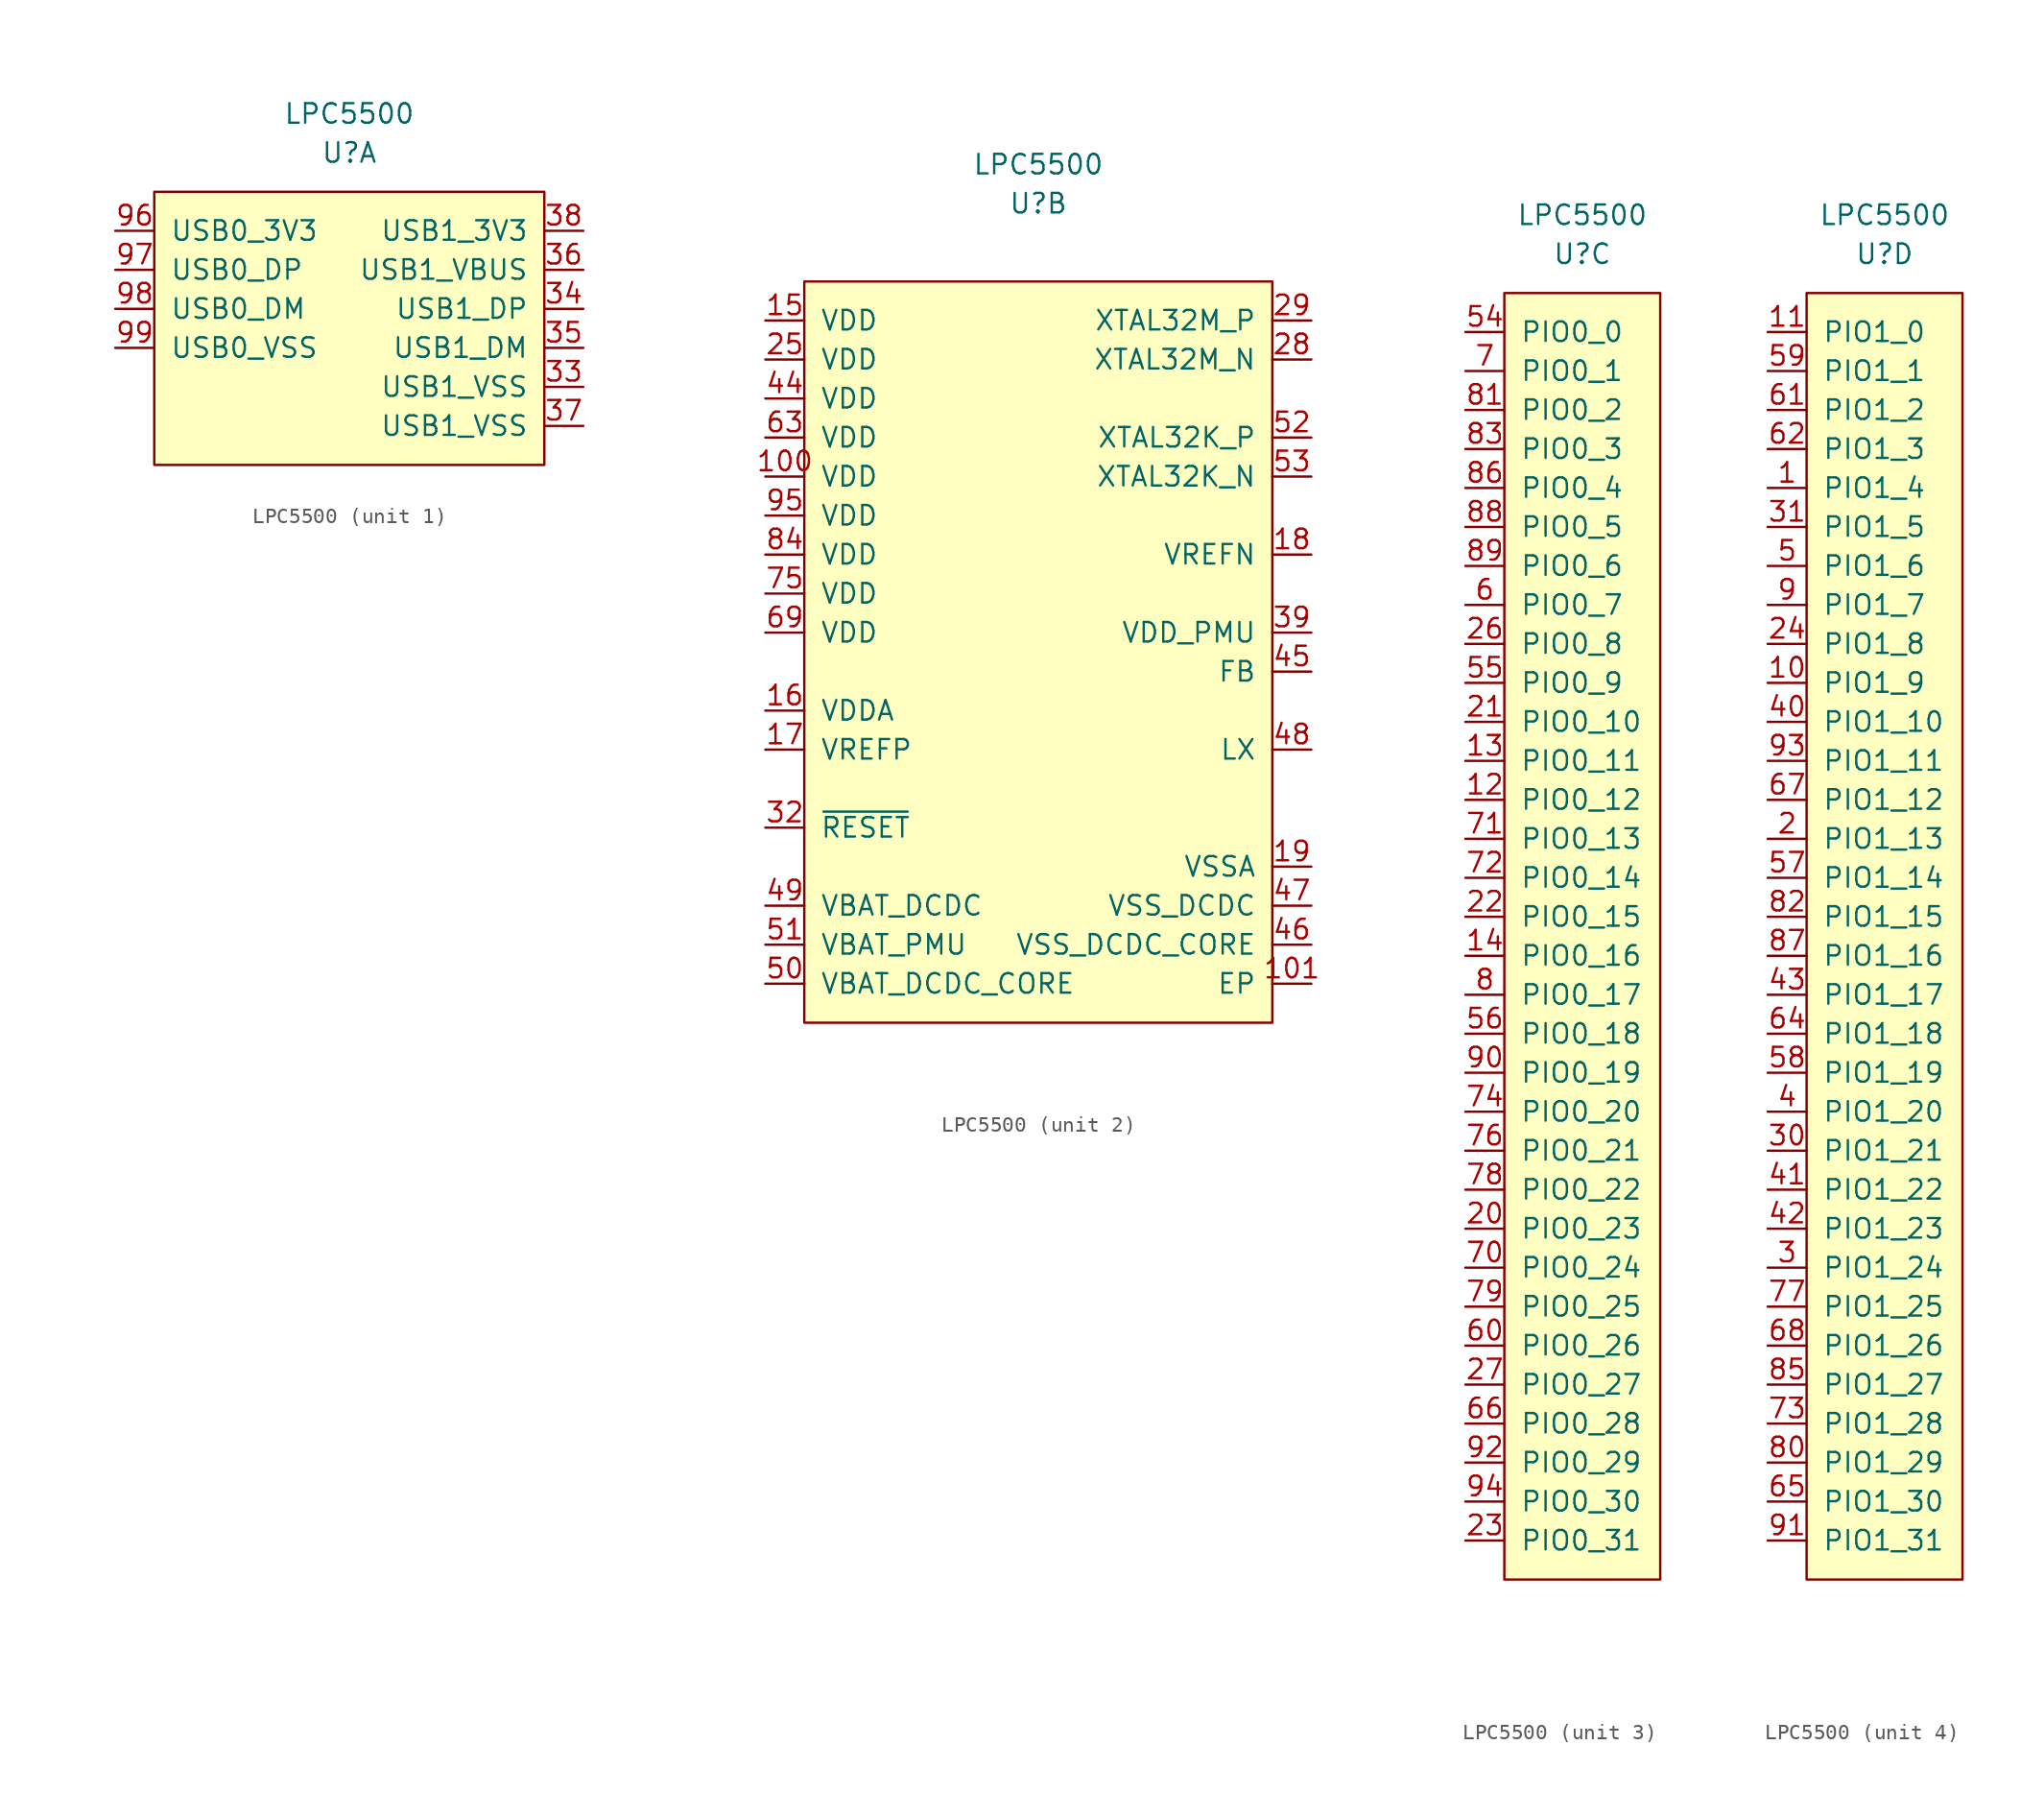
<source format=kicad_sym>
(kicad_symbol_lib
  (version 20211014)
  (generator kicad_symbol_editor)
  (symbol "LPC5500"
    (pin_names
      (offset 1.016))
    (property "Reference" "U"
      (at 0 10.16 0)
      (effects (font (size 1.27 1.27))))
    (property "Value" "LPC5500"
      (at 0 12.7 0)
      (effects (font (size 1.27 1.27))))
    (property "ki_locked" ""
      (at 0 0 0)
      (effects (font (size 1.27 1.27))))
    (symbol "LPC5500_1_1"
      (rectangle (start -12.7 7.62) (end 12.7 -10.16) (stroke (width 0) (type default) (color 0 0 0 0)) (fill (type background)))
      (pin power_in line (at 15.24 -5.08 180) (length 2.54) (name "USB1_VSS" (effects (font (size 1.27 1.27)))) (number "33" (effects (font (size 1.27 1.27)))))
      (pin bidirectional line (at 15.24 0 180) (length 2.54) (name "USB1_DP" (effects (font (size 1.27 1.27)))) (number "34" (effects (font (size 1.27 1.27)))))
      (pin bidirectional line (at 15.24 -2.54 180) (length 2.54) (name "USB1_DM" (effects (font (size 1.27 1.27)))) (number "35" (effects (font (size 1.27 1.27)))))
      (pin power_in line (at 15.24 2.54 180) (length 2.54) (name "USB1_VBUS" (effects (font (size 1.27 1.27)))) (number "36" (effects (font (size 1.27 1.27)))))
      (pin power_in line (at 15.24 -7.62 180) (length 2.54) (name "USB1_VSS" (effects (font (size 1.27 1.27)))) (number "37" (effects (font (size 1.27 1.27)))))
      (pin power_in line (at 15.24 5.08 180) (length 2.54) (name "USB1_3V3" (effects (font (size 1.27 1.27)))) (number "38" (effects (font (size 1.27 1.27)))))
      (pin power_in line (at -15.24 5.08 0) (length 2.54) (name "USB0_3V3" (effects (font (size 1.27 1.27)))) (number "96" (effects (font (size 1.27 1.27)))))
      (pin bidirectional line (at -15.24 2.54 0) (length 2.54) (name "USB0_DP" (effects (font (size 1.27 1.27)))) (number "97" (effects (font (size 1.27 1.27)))))
      (pin bidirectional line (at -15.24 0 0) (length 2.54) (name "USB0_DM" (effects (font (size 1.27 1.27)))) (number "98" (effects (font (size 1.27 1.27)))))
      (pin power_in line (at -15.24 -2.54 0) (length 2.54) (name "USB0_VSS" (effects (font (size 1.27 1.27)))) (number "99" (effects (font (size 1.27 1.27))))))
    (symbol "LPC5500_2_1"
      (rectangle (start -15.24 5.08) (end 15.24 -43.18) (stroke (width 0) (type default) (color 0 0 0 0)) (fill (type background)))
      (pin power_in line (at -17.78 -7.62 0) (length 2.54) (name "VDD" (effects (font (size 1.27 1.27)))) (number "100" (effects (font (size 1.27 1.27)))))
      (pin power_in line (at 17.78 -40.64 180) (length 2.54) (name "EP" (effects (font (size 1.27 1.27)))) (number "101" (effects (font (size 1.27 1.27)))))
      (pin power_in line (at -17.78 2.54 0) (length 2.54) (name "VDD" (effects (font (size 1.27 1.27)))) (number "15" (effects (font (size 1.27 1.27)))))
      (pin power_in line (at -17.78 -22.86 0) (length 2.54) (name "VDDA" (effects (font (size 1.27 1.27)))) (number "16" (effects (font (size 1.27 1.27)))))
      (pin power_in line (at -17.78 -25.4 0) (length 2.54) (name "VREFP" (effects (font (size 1.27 1.27)))) (number "17" (effects (font (size 1.27 1.27)))))
      (pin power_in line (at 17.78 -12.7 180) (length 2.54) (name "VREFN" (effects (font (size 1.27 1.27)))) (number "18" (effects (font (size 1.27 1.27)))))
      (pin power_in line (at 17.78 -33.02 180) (length 2.54) (name "VSSA" (effects (font (size 1.27 1.27)))) (number "19" (effects (font (size 1.27 1.27)))))
      (pin power_in line (at -17.78 0 0) (length 2.54) (name "VDD" (effects (font (size 1.27 1.27)))) (number "25" (effects (font (size 1.27 1.27)))))
      (pin input line (at 17.78 0 180) (length 2.54) (name "XTAL32M_N" (effects (font (size 1.27 1.27)))) (number "28" (effects (font (size 1.27 1.27)))))
      (pin input line (at 17.78 2.54 180) (length 2.54) (name "XTAL32M_P" (effects (font (size 1.27 1.27)))) (number "29" (effects (font (size 1.27 1.27)))))
      (pin input line (at -17.78 -30.48 0) (length 2.54) (name "~{RESET}" (effects (font (size 1.27 1.27)))) (number "32" (effects (font (size 1.27 1.27)))))
      (pin power_in line (at 17.78 -17.78 180) (length 2.54) (name "VDD_PMU" (effects (font (size 1.27 1.27)))) (number "39" (effects (font (size 1.27 1.27)))))
      (pin power_in line (at -17.78 -2.54 0) (length 2.54) (name "VDD" (effects (font (size 1.27 1.27)))) (number "44" (effects (font (size 1.27 1.27)))))
      (pin power_in line (at 17.78 -20.32 180) (length 2.54) (name "FB" (effects (font (size 1.27 1.27)))) (number "45" (effects (font (size 1.27 1.27)))))
      (pin power_in line (at 17.78 -38.1 180) (length 2.54) (name "VSS_DCDC_CORE" (effects (font (size 1.27 1.27)))) (number "46" (effects (font (size 1.27 1.27)))))
      (pin power_in line (at 17.78 -35.56 180) (length 2.54) (name "VSS_DCDC" (effects (font (size 1.27 1.27)))) (number "47" (effects (font (size 1.27 1.27)))))
      (pin power_out line (at 17.78 -25.4 180) (length 2.54) (name "LX" (effects (font (size 1.27 1.27)))) (number "48" (effects (font (size 1.27 1.27)))))
      (pin power_in line (at -17.78 -35.56 0) (length 2.54) (name "VBAT_DCDC" (effects (font (size 1.27 1.27)))) (number "49" (effects (font (size 1.27 1.27)))))
      (pin power_in line (at -17.78 -40.64 0) (length 2.54) (name "VBAT_DCDC_CORE" (effects (font (size 1.27 1.27)))) (number "50" (effects (font (size 1.27 1.27)))))
      (pin power_in line (at -17.78 -38.1 0) (length 2.54) (name "VBAT_PMU" (effects (font (size 1.27 1.27)))) (number "51" (effects (font (size 1.27 1.27)))))
      (pin input line (at 17.78 -5.08 180) (length 2.54) (name "XTAL32K_P" (effects (font (size 1.27 1.27)))) (number "52" (effects (font (size 1.27 1.27)))))
      (pin input line (at 17.78 -7.62 180) (length 2.54) (name "XTAL32K_N" (effects (font (size 1.27 1.27)))) (number "53" (effects (font (size 1.27 1.27)))))
      (pin power_in line (at -17.78 -5.08 0) (length 2.54) (name "VDD" (effects (font (size 1.27 1.27)))) (number "63" (effects (font (size 1.27 1.27)))))
      (pin power_in line (at -17.78 -17.78 0) (length 2.54) (name "VDD" (effects (font (size 1.27 1.27)))) (number "69" (effects (font (size 1.27 1.27)))))
      (pin power_in line (at -17.78 -15.24 0) (length 2.54) (name "VDD" (effects (font (size 1.27 1.27)))) (number "75" (effects (font (size 1.27 1.27)))))
      (pin power_in line (at -17.78 -12.7 0) (length 2.54) (name "VDD" (effects (font (size 1.27 1.27)))) (number "84" (effects (font (size 1.27 1.27)))))
      (pin power_in line (at -17.78 -10.16 0) (length 2.54) (name "VDD" (effects (font (size 1.27 1.27)))) (number "95" (effects (font (size 1.27 1.27))))))
    (symbol "LPC5500_3_1"
      (rectangle (start -5.08 7.62) (end 5.08 -76.2) (stroke (width 0) (type default) (color 0 0 0 0)) (fill (type background)))
      (pin bidirectional line (at -7.62 -25.4 0) (length 2.54) (name "PIO0_12" (effects (font (size 1.27 1.27)))) (number "12" (effects (font (size 1.27 1.27)))))
      (pin bidirectional line (at -7.62 -22.86 0) (length 2.54) (name "PIO0_11" (effects (font (size 1.27 1.27)))) (number "13" (effects (font (size 1.27 1.27)))))
      (pin bidirectional line (at -7.62 -35.56 0) (length 2.54) (name "PIO0_16" (effects (font (size 1.27 1.27)))) (number "14" (effects (font (size 1.27 1.27)))))
      (pin bidirectional line (at -7.62 -53.34 0) (length 2.54) (name "PIO0_23" (effects (font (size 1.27 1.27)))) (number "20" (effects (font (size 1.27 1.27)))))
      (pin bidirectional line (at -7.62 -20.32 0) (length 2.54) (name "PIO0_10" (effects (font (size 1.27 1.27)))) (number "21" (effects (font (size 1.27 1.27)))))
      (pin bidirectional line (at -7.62 -33.02 0) (length 2.54) (name "PIO0_15" (effects (font (size 1.27 1.27)))) (number "22" (effects (font (size 1.27 1.27)))))
      (pin bidirectional line (at -7.62 -73.66 0) (length 2.54) (name "PIO0_31" (effects (font (size 1.27 1.27)))) (number "23" (effects (font (size 1.27 1.27)))))
      (pin bidirectional line (at -7.62 -15.24 0) (length 2.54) (name "PIO0_8" (effects (font (size 1.27 1.27)))) (number "26" (effects (font (size 1.27 1.27)))))
      (pin bidirectional line (at -7.62 -63.5 0) (length 2.54) (name "PIO0_27" (effects (font (size 1.27 1.27)))) (number "27" (effects (font (size 1.27 1.27)))))
      (pin bidirectional line (at -7.62 5.08 0) (length 2.54) (name "PIO0_0" (effects (font (size 1.27 1.27)))) (number "54" (effects (font (size 1.27 1.27)))))
      (pin bidirectional line (at -7.62 -17.78 0) (length 2.54) (name "PIO0_9" (effects (font (size 1.27 1.27)))) (number "55" (effects (font (size 1.27 1.27)))))
      (pin bidirectional line (at -7.62 -40.64 0) (length 2.54) (name "PIO0_18" (effects (font (size 1.27 1.27)))) (number "56" (effects (font (size 1.27 1.27)))))
      (pin bidirectional line (at -7.62 -12.7 0) (length 2.54) (name "PIO0_7" (effects (font (size 1.27 1.27)))) (number "6" (effects (font (size 1.27 1.27)))))
      (pin bidirectional line (at -7.62 -60.96 0) (length 2.54) (name "PIO0_26" (effects (font (size 1.27 1.27)))) (number "60" (effects (font (size 1.27 1.27)))))
      (pin bidirectional line (at -7.62 -66.04 0) (length 2.54) (name "PIO0_28" (effects (font (size 1.27 1.27)))) (number "66" (effects (font (size 1.27 1.27)))))
      (pin bidirectional line (at -7.62 2.54 0) (length 2.54) (name "PIO0_1" (effects (font (size 1.27 1.27)))) (number "7" (effects (font (size 1.27 1.27)))))
      (pin bidirectional line (at -7.62 -55.88 0) (length 2.54) (name "PIO0_24" (effects (font (size 1.27 1.27)))) (number "70" (effects (font (size 1.27 1.27)))))
      (pin bidirectional line (at -7.62 -27.94 0) (length 2.54) (name "PIO0_13" (effects (font (size 1.27 1.27)))) (number "71" (effects (font (size 1.27 1.27)))))
      (pin bidirectional line (at -7.62 -30.48 0) (length 2.54) (name "PIO0_14" (effects (font (size 1.27 1.27)))) (number "72" (effects (font (size 1.27 1.27)))))
      (pin bidirectional line (at -7.62 -45.72 0) (length 2.54) (name "PIO0_20" (effects (font (size 1.27 1.27)))) (number "74" (effects (font (size 1.27 1.27)))))
      (pin bidirectional line (at -7.62 -48.26 0) (length 2.54) (name "PIO0_21" (effects (font (size 1.27 1.27)))) (number "76" (effects (font (size 1.27 1.27)))))
      (pin bidirectional line (at -7.62 -50.8 0) (length 2.54) (name "PIO0_22" (effects (font (size 1.27 1.27)))) (number "78" (effects (font (size 1.27 1.27)))))
      (pin bidirectional line (at -7.62 -58.42 0) (length 2.54) (name "PIO0_25" (effects (font (size 1.27 1.27)))) (number "79" (effects (font (size 1.27 1.27)))))
      (pin bidirectional line (at -7.62 -38.1 0) (length 2.54) (name "PIO0_17" (effects (font (size 1.27 1.27)))) (number "8" (effects (font (size 1.27 1.27)))))
      (pin bidirectional line (at -7.62 0 0) (length 2.54) (name "PIO0_2" (effects (font (size 1.27 1.27)))) (number "81" (effects (font (size 1.27 1.27)))))
      (pin bidirectional line (at -7.62 -2.54 0) (length 2.54) (name "PIO0_3" (effects (font (size 1.27 1.27)))) (number "83" (effects (font (size 1.27 1.27)))))
      (pin bidirectional line (at -7.62 -5.08 0) (length 2.54) (name "PIO0_4" (effects (font (size 1.27 1.27)))) (number "86" (effects (font (size 1.27 1.27)))))
      (pin bidirectional line (at -7.62 -7.62 0) (length 2.54) (name "PIO0_5" (effects (font (size 1.27 1.27)))) (number "88" (effects (font (size 1.27 1.27)))))
      (pin bidirectional line (at -7.62 -10.16 0) (length 2.54) (name "PIO0_6" (effects (font (size 1.27 1.27)))) (number "89" (effects (font (size 1.27 1.27)))))
      (pin bidirectional line (at -7.62 -43.18 0) (length 2.54) (name "PIO0_19" (effects (font (size 1.27 1.27)))) (number "90" (effects (font (size 1.27 1.27)))))
      (pin bidirectional line (at -7.62 -68.58 0) (length 2.54) (name "PIO0_29" (effects (font (size 1.27 1.27)))) (number "92" (effects (font (size 1.27 1.27)))))
      (pin bidirectional line (at -7.62 -71.12 0) (length 2.54) (name "PIO0_30" (effects (font (size 1.27 1.27)))) (number "94" (effects (font (size 1.27 1.27))))))
    (symbol "LPC5500_4_1"
      (rectangle (start -5.08 7.62) (end 5.08 -76.2) (stroke (width 0) (type default) (color 0 0 0 0)) (fill (type background)))
      (pin bidirectional line (at -7.62 -5.08 0) (length 2.54) (name "PIO1_4" (effects (font (size 1.27 1.27)))) (number "1" (effects (font (size 1.27 1.27)))))
      (pin bidirectional line (at -7.62 -17.78 0) (length 2.54) (name "PIO1_9" (effects (font (size 1.27 1.27)))) (number "10" (effects (font (size 1.27 1.27)))))
      (pin bidirectional line (at -7.62 5.08 0) (length 2.54) (name "PIO1_0" (effects (font (size 1.27 1.27)))) (number "11" (effects (font (size 1.27 1.27)))))
      (pin bidirectional line (at -7.62 -27.94 0) (length 2.54) (name "PIO1_13" (effects (font (size 1.27 1.27)))) (number "2" (effects (font (size 1.27 1.27)))))
      (pin bidirectional line (at -7.62 -15.24 0) (length 2.54) (name "PIO1_8" (effects (font (size 1.27 1.27)))) (number "24" (effects (font (size 1.27 1.27)))))
      (pin bidirectional line (at -7.62 -55.88 0) (length 2.54) (name "PIO1_24" (effects (font (size 1.27 1.27)))) (number "3" (effects (font (size 1.27 1.27)))))
      (pin bidirectional line (at -7.62 -48.26 0) (length 2.54) (name "PIO1_21" (effects (font (size 1.27 1.27)))) (number "30" (effects (font (size 1.27 1.27)))))
      (pin bidirectional line (at -7.62 -7.62 0) (length 2.54) (name "PIO1_5" (effects (font (size 1.27 1.27)))) (number "31" (effects (font (size 1.27 1.27)))))
      (pin bidirectional line (at -7.62 -45.72 0) (length 2.54) (name "PIO1_20" (effects (font (size 1.27 1.27)))) (number "4" (effects (font (size 1.27 1.27)))))
      (pin bidirectional line (at -7.62 -20.32 0) (length 2.54) (name "PIO1_10" (effects (font (size 1.27 1.27)))) (number "40" (effects (font (size 1.27 1.27)))))
      (pin bidirectional line (at -7.62 -50.8 0) (length 2.54) (name "PIO1_22" (effects (font (size 1.27 1.27)))) (number "41" (effects (font (size 1.27 1.27)))))
      (pin bidirectional line (at -7.62 -53.34 0) (length 2.54) (name "PIO1_23" (effects (font (size 1.27 1.27)))) (number "42" (effects (font (size 1.27 1.27)))))
      (pin bidirectional line (at -7.62 -38.1 0) (length 2.54) (name "PIO1_17" (effects (font (size 1.27 1.27)))) (number "43" (effects (font (size 1.27 1.27)))))
      (pin bidirectional line (at -7.62 -10.16 0) (length 2.54) (name "PIO1_6" (effects (font (size 1.27 1.27)))) (number "5" (effects (font (size 1.27 1.27)))))
      (pin bidirectional line (at -7.62 -30.48 0) (length 2.54) (name "PIO1_14" (effects (font (size 1.27 1.27)))) (number "57" (effects (font (size 1.27 1.27)))))
      (pin bidirectional line (at -7.62 -43.18 0) (length 2.54) (name "PIO1_19" (effects (font (size 1.27 1.27)))) (number "58" (effects (font (size 1.27 1.27)))))
      (pin bidirectional line (at -7.62 2.54 0) (length 2.54) (name "PIO1_1" (effects (font (size 1.27 1.27)))) (number "59" (effects (font (size 1.27 1.27)))))
      (pin bidirectional line (at -7.62 0 0) (length 2.54) (name "PIO1_2" (effects (font (size 1.27 1.27)))) (number "61" (effects (font (size 1.27 1.27)))))
      (pin bidirectional line (at -7.62 -2.54 0) (length 2.54) (name "PIO1_3" (effects (font (size 1.27 1.27)))) (number "62" (effects (font (size 1.27 1.27)))))
      (pin bidirectional line (at -7.62 -40.64 0) (length 2.54) (name "PIO1_18" (effects (font (size 1.27 1.27)))) (number "64" (effects (font (size 1.27 1.27)))))
      (pin bidirectional line (at -7.62 -71.12 0) (length 2.54) (name "PIO1_30" (effects (font (size 1.27 1.27)))) (number "65" (effects (font (size 1.27 1.27)))))
      (pin bidirectional line (at -7.62 -25.4 0) (length 2.54) (name "PIO1_12" (effects (font (size 1.27 1.27)))) (number "67" (effects (font (size 1.27 1.27)))))
      (pin bidirectional line (at -7.62 -60.96 0) (length 2.54) (name "PIO1_26" (effects (font (size 1.27 1.27)))) (number "68" (effects (font (size 1.27 1.27)))))
      (pin bidirectional line (at -7.62 -66.04 0) (length 2.54) (name "PIO1_28" (effects (font (size 1.27 1.27)))) (number "73" (effects (font (size 1.27 1.27)))))
      (pin bidirectional line (at -7.62 -58.42 0) (length 2.54) (name "PIO1_25" (effects (font (size 1.27 1.27)))) (number "77" (effects (font (size 1.27 1.27)))))
      (pin bidirectional line (at -7.62 -68.58 0) (length 2.54) (name "PIO1_29" (effects (font (size 1.27 1.27)))) (number "80" (effects (font (size 1.27 1.27)))))
      (pin bidirectional line (at -7.62 -33.02 0) (length 2.54) (name "PIO1_15" (effects (font (size 1.27 1.27)))) (number "82" (effects (font (size 1.27 1.27)))))
      (pin bidirectional line (at -7.62 -63.5 0) (length 2.54) (name "PIO1_27" (effects (font (size 1.27 1.27)))) (number "85" (effects (font (size 1.27 1.27)))))
      (pin bidirectional line (at -7.62 -35.56 0) (length 2.54) (name "PIO1_16" (effects (font (size 1.27 1.27)))) (number "87" (effects (font (size 1.27 1.27)))))
      (pin bidirectional line (at -7.62 -12.7 0) (length 2.54) (name "PIO1_7" (effects (font (size 1.27 1.27)))) (number "9" (effects (font (size 1.27 1.27)))))
      (pin bidirectional line (at -7.62 -73.66 0) (length 2.54) (name "PIO1_31" (effects (font (size 1.27 1.27)))) (number "91" (effects (font (size 1.27 1.27)))))
      (pin bidirectional line (at -7.62 -22.86 0) (length 2.54) (name "PIO1_11" (effects (font (size 1.27 1.27)))) (number "93" (effects (font (size 1.27 1.27))))))))
</source>
